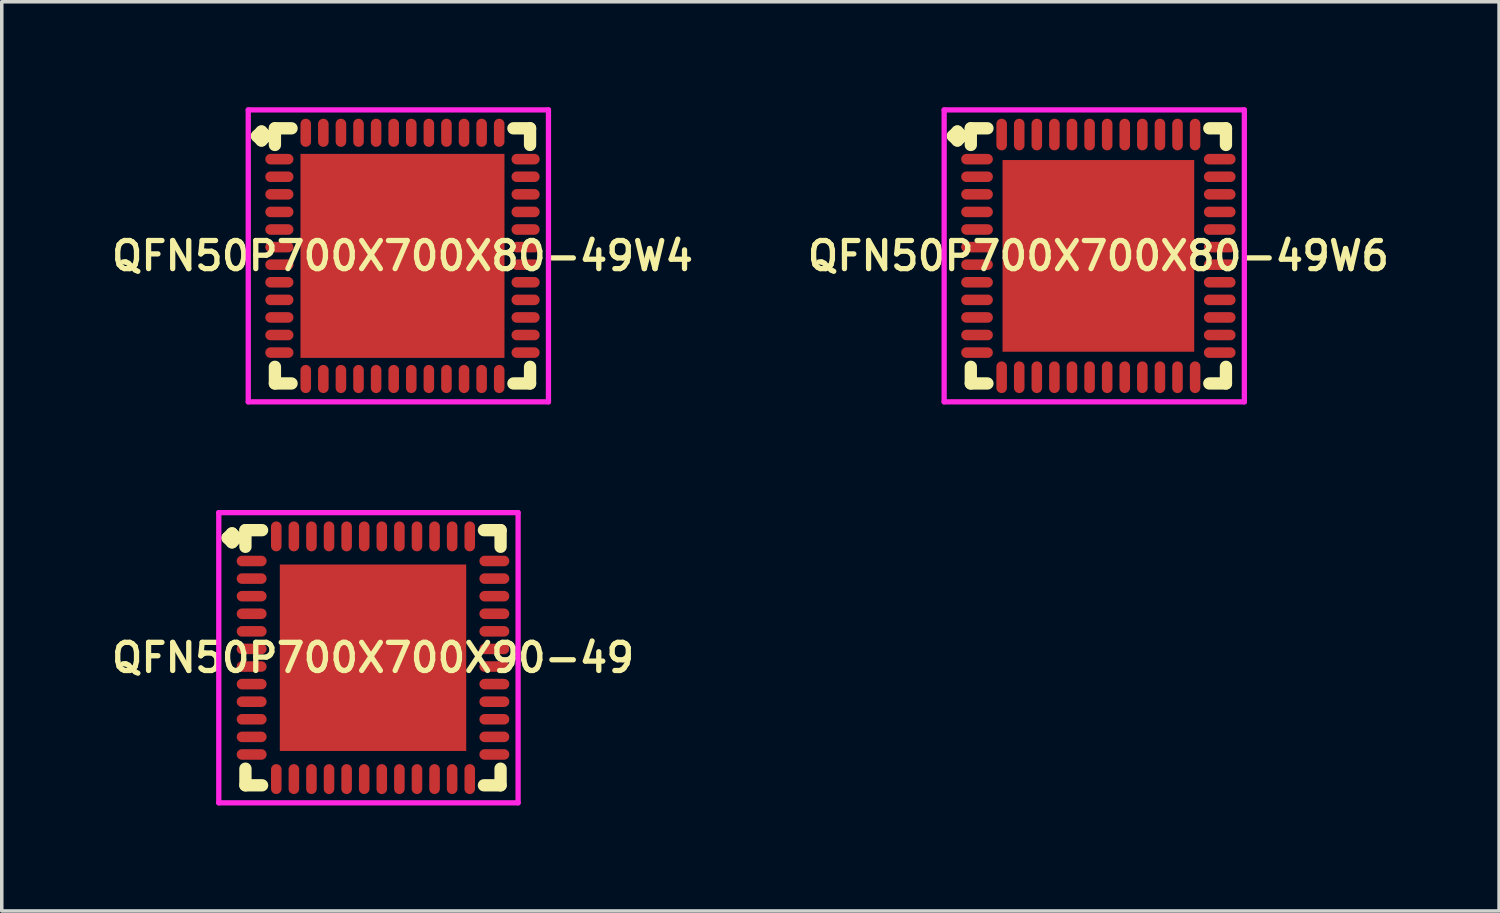
<source format=kicad_pcb>
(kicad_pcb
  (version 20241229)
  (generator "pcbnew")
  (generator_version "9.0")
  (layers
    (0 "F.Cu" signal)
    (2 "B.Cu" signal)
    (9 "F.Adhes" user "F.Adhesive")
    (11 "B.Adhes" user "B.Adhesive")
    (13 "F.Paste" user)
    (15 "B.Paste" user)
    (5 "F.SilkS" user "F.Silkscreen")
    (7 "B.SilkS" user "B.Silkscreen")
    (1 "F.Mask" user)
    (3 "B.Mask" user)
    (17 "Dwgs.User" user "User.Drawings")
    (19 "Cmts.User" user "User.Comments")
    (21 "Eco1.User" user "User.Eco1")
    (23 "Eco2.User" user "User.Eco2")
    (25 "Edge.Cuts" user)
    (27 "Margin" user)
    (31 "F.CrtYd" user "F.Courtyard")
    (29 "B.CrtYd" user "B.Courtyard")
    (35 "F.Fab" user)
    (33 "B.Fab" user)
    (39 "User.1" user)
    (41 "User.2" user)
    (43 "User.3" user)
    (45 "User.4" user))
  (footprint "QFN50P700X700X80-49W4"
    (layer "F.Cu")
    (at 8.393 4.225)
    (property "Reference" "QFN50P700X700X80-49W4" (at 0 0 0) (layer "F.SilkS") (effects (font (size 0.8 0.8) (thickness 0.15))))
    (attr smd)
    (fp_line (start -4.135 -3.408) (end -4.008 -3.535) (stroke (width 0.35) (type solid)) (layer "F.SilkS"))
    (fp_line (start -4.008 -3.535) (end -3.881 -3.408) (stroke (width 0.35) (type solid)) (layer "F.SilkS"))
    (fp_line (start -4.008 -3.281) (end -4.135 -3.408) (stroke (width 0.35) (type solid)) (layer "F.SilkS"))
    (fp_line (start -3.881 -3.408) (end -4.008 -3.281) (stroke (width 0.35) (type solid)) (layer "F.SilkS"))
    (fp_line (start -3.627 -3.627) (end -3.154 -3.627) (stroke (width 0.35) (type solid)) (layer "F.SilkS"))
    (fp_line (start -3.627 -3.154) (end -3.627 -3.627) (stroke (width 0.35) (type solid)) (layer "F.SilkS"))
    (fp_line (start -3.627 3.154) (end -3.627 3.627) (stroke (width 0.35) (type solid)) (layer "F.SilkS"))
    (fp_line (start -3.627 3.627) (end -3.154 3.627) (stroke (width 0.35) (type solid)) (layer "F.SilkS"))
    (fp_line (start 3.154 -3.627) (end 3.627 -3.627) (stroke (width 0.35) (type solid)) (layer "F.SilkS"))
    (fp_line (start 3.154 3.627) (end 3.627 3.627) (stroke (width 0.35) (type solid)) (layer "F.SilkS"))
    (fp_line (start 3.627 -3.627) (end 3.627 -3.154) (stroke (width 0.35) (type solid)) (layer "F.SilkS"))
    (fp_line (start 3.627 3.627) (end 3.627 3.154) (stroke (width 0.35) (type solid)) (layer "F.SilkS"))
    (fp_line (start -4.385 -4.15) (end 4.15 -4.15) (stroke (width 0.15) (type solid)) (layer "F.CrtYd"))
    (fp_line (start -4.385 4.15) (end -4.385 -4.15) (stroke (width 0.15) (type solid)) (layer "F.CrtYd"))
    (fp_line (start 4.15 -4.15) (end 4.15 4.15) (stroke (width 0.15) (type solid)) (layer "F.CrtYd"))
    (fp_line (start 4.15 4.15) (end -4.385 4.15) (stroke (width 0.15) (type solid)) (layer "F.CrtYd"))
    (pad "1" smd oval (at -3.5 -2.75) (size 0.8 0.3) (layers "F.Cu" "F.Mask" "F.Paste"))
    (pad "2" smd oval (at -3.5 -2.25) (size 0.8 0.3) (layers "F.Cu" "F.Mask" "F.Paste"))
    (pad "3" smd oval (at -3.5 -1.75) (size 0.8 0.3) (layers "F.Cu" "F.Mask" "F.Paste"))
    (pad "4" smd oval (at -3.5 -1.25) (size 0.8 0.3) (layers "F.Cu" "F.Mask" "F.Paste"))
    (pad "5" smd oval (at -3.5 -0.75) (size 0.8 0.3) (layers "F.Cu" "F.Mask" "F.Paste"))
    (pad "6" smd oval (at -3.5 -0.25) (size 0.8 0.3) (layers "F.Cu" "F.Mask" "F.Paste"))
    (pad "7" smd oval (at -3.5 0.25) (size 0.8 0.3) (layers "F.Cu" "F.Mask" "F.Paste"))
    (pad "8" smd oval (at -3.5 0.75) (size 0.8 0.3) (layers "F.Cu" "F.Mask" "F.Paste"))
    (pad "9" smd oval (at -3.5 1.25) (size 0.8 0.3) (layers "F.Cu" "F.Mask" "F.Paste"))
    (pad "10" smd oval (at -3.5 1.75) (size 0.8 0.3) (layers "F.Cu" "F.Mask" "F.Paste"))
    (pad "11" smd oval (at -3.5 2.25) (size 0.8 0.3) (layers "F.Cu" "F.Mask" "F.Paste"))
    (pad "12" smd oval (at -3.5 2.75) (size 0.8 0.3) (layers "F.Cu" "F.Mask" "F.Paste"))
    (pad "13" smd oval (at -2.75 3.5) (size 0.3 0.8) (layers "F.Cu" "F.Mask" "F.Paste"))
    (pad "14" smd oval (at -2.25 3.5) (size 0.3 0.8) (layers "F.Cu" "F.Mask" "F.Paste"))
    (pad "15" smd oval (at -1.75 3.5) (size 0.3 0.8) (layers "F.Cu" "F.Mask" "F.Paste"))
    (pad "16" smd oval (at -1.25 3.5) (size 0.3 0.8) (layers "F.Cu" "F.Mask" "F.Paste"))
    (pad "17" smd oval (at -0.75 3.5) (size 0.3 0.8) (layers "F.Cu" "F.Mask" "F.Paste"))
    (pad "18" smd oval (at -0.25 3.5) (size 0.3 0.8) (layers "F.Cu" "F.Mask" "F.Paste"))
    (pad "19" smd oval (at 0.25 3.5) (size 0.3 0.8) (layers "F.Cu" "F.Mask" "F.Paste"))
    (pad "20" smd oval (at 0.75 3.5) (size 0.3 0.8) (layers "F.Cu" "F.Mask" "F.Paste"))
    (pad "21" smd oval (at 1.25 3.5) (size 0.3 0.8) (layers "F.Cu" "F.Mask" "F.Paste"))
    (pad "22" smd oval (at 1.75 3.5) (size 0.3 0.8) (layers "F.Cu" "F.Mask" "F.Paste"))
    (pad "23" smd oval (at 2.25 3.5) (size 0.3 0.8) (layers "F.Cu" "F.Mask" "F.Paste"))
    (pad "24" smd oval (at 2.75 3.5) (size 0.3 0.8) (layers "F.Cu" "F.Mask" "F.Paste"))
    (pad "25" smd oval (at 3.5 2.75) (size 0.8 0.3) (layers "F.Cu" "F.Mask" "F.Paste"))
    (pad "26" smd oval (at 3.5 2.25) (size 0.8 0.3) (layers "F.Cu" "F.Mask" "F.Paste"))
    (pad "27" smd oval (at 3.5 1.75) (size 0.8 0.3) (layers "F.Cu" "F.Mask" "F.Paste"))
    (pad "28" smd oval (at 3.5 1.25) (size 0.8 0.3) (layers "F.Cu" "F.Mask" "F.Paste"))
    (pad "29" smd oval (at 3.5 0.75) (size 0.8 0.3) (layers "F.Cu" "F.Mask" "F.Paste"))
    (pad "30" smd oval (at 3.5 0.25) (size 0.8 0.3) (layers "F.Cu" "F.Mask" "F.Paste"))
    (pad "31" smd oval (at 3.5 -0.25) (size 0.8 0.3) (layers "F.Cu" "F.Mask" "F.Paste"))
    (pad "32" smd oval (at 3.5 -0.75) (size 0.8 0.3) (layers "F.Cu" "F.Mask" "F.Paste"))
    (pad "33" smd oval (at 3.5 -1.25) (size 0.8 0.3) (layers "F.Cu" "F.Mask" "F.Paste"))
    (pad "34" smd oval (at 3.5 -1.75) (size 0.8 0.3) (layers "F.Cu" "F.Mask" "F.Paste"))
    (pad "35" smd oval (at 3.5 -2.25) (size 0.8 0.3) (layers "F.Cu" "F.Mask" "F.Paste"))
    (pad "36" smd oval (at 3.5 -2.75) (size 0.8 0.3) (layers "F.Cu" "F.Mask" "F.Paste"))
    (pad "37" smd oval (at 2.75 -3.5) (size 0.3 0.8) (layers "F.Cu" "F.Mask" "F.Paste"))
    (pad "38" smd oval (at 2.25 -3.5) (size 0.3 0.8) (layers "F.Cu" "F.Mask" "F.Paste"))
    (pad "39" smd oval (at 1.75 -3.5) (size 0.3 0.8) (layers "F.Cu" "F.Mask" "F.Paste"))
    (pad "40" smd oval (at 1.25 -3.5) (size 0.3 0.8) (layers "F.Cu" "F.Mask" "F.Paste"))
    (pad "41" smd oval (at 0.75 -3.5) (size 0.3 0.8) (layers "F.Cu" "F.Mask" "F.Paste"))
    (pad "42" smd oval (at 0.25 -3.5) (size 0.3 0.8) (layers "F.Cu" "F.Mask" "F.Paste"))
    (pad "43" smd oval (at -0.25 -3.5) (size 0.3 0.8) (layers "F.Cu" "F.Mask" "F.Paste"))
    (pad "44" smd oval (at -0.75 -3.5) (size 0.3 0.8) (layers "F.Cu" "F.Mask" "F.Paste"))
    (pad "45" smd oval (at -1.25 -3.5) (size 0.3 0.8) (layers "F.Cu" "F.Mask" "F.Paste"))
    (pad "46" smd oval (at -1.75 -3.5) (size 0.3 0.8) (layers "F.Cu" "F.Mask" "F.Paste"))
    (pad "47" smd oval (at -2.25 -3.5) (size 0.3 0.8) (layers "F.Cu" "F.Mask" "F.Paste"))
    (pad "48" smd oval (at -2.75 -3.5) (size 0.3 0.8) (layers "F.Cu" "F.Mask" "F.Paste"))
    (pad "49" smd rect (at 0 0) (size 5.8 5.8) (layers "F.Cu" "F.Mask" "F.Paste")))
  (footprint "QFN50P700X700X80-49W6"
    (layer "F.Cu")
    (at 28.178 4.225)
    (property "Reference" "QFN50P700X700X80-49W6" (at 0 0 0) (layer "F.SilkS") (effects (font (size 0.8 0.8) (thickness 0.15))))
    (attr smd)
    (fp_line (start -4.135 -3.408) (end -4.008 -3.535) (stroke (width 0.35) (type solid)) (layer "F.SilkS"))
    (fp_line (start -4.008 -3.535) (end -3.881 -3.408) (stroke (width 0.35) (type solid)) (layer "F.SilkS"))
    (fp_line (start -4.008 -3.281) (end -4.135 -3.408) (stroke (width 0.35) (type solid)) (layer "F.SilkS"))
    (fp_line (start -3.881 -3.408) (end -4.008 -3.281) (stroke (width 0.35) (type solid)) (layer "F.SilkS"))
    (fp_line (start -3.627 -3.627) (end -3.154 -3.627) (stroke (width 0.35) (type solid)) (layer "F.SilkS"))
    (fp_line (start -3.627 -3.154) (end -3.627 -3.627) (stroke (width 0.35) (type solid)) (layer "F.SilkS"))
    (fp_line (start -3.627 3.154) (end -3.627 3.627) (stroke (width 0.35) (type solid)) (layer "F.SilkS"))
    (fp_line (start -3.627 3.627) (end -3.154 3.627) (stroke (width 0.35) (type solid)) (layer "F.SilkS"))
    (fp_line (start 3.154 -3.627) (end 3.627 -3.627) (stroke (width 0.35) (type solid)) (layer "F.SilkS"))
    (fp_line (start 3.154 3.627) (end 3.627 3.627) (stroke (width 0.35) (type solid)) (layer "F.SilkS"))
    (fp_line (start 3.627 -3.627) (end 3.627 -3.154) (stroke (width 0.35) (type solid)) (layer "F.SilkS"))
    (fp_line (start 3.627 3.627) (end 3.627 3.154) (stroke (width 0.35) (type solid)) (layer "F.SilkS"))
    (fp_line (start -4.385 -4.15) (end 4.15 -4.15) (stroke (width 0.15) (type solid)) (layer "F.CrtYd"))
    (fp_line (start -4.385 4.15) (end -4.385 -4.15) (stroke (width 0.15) (type solid)) (layer "F.CrtYd"))
    (fp_line (start 4.15 -4.15) (end 4.15 4.15) (stroke (width 0.15) (type solid)) (layer "F.CrtYd"))
    (fp_line (start 4.15 4.15) (end -4.385 4.15) (stroke (width 0.15) (type solid)) (layer "F.CrtYd"))
    (pad "1" smd oval (at -3.45 -2.75) (size 0.9 0.3) (layers "F.Cu" "F.Mask" "F.Paste"))
    (pad "2" smd oval (at -3.45 -2.25) (size 0.9 0.3) (layers "F.Cu" "F.Mask" "F.Paste"))
    (pad "3" smd oval (at -3.45 -1.75) (size 0.9 0.3) (layers "F.Cu" "F.Mask" "F.Paste"))
    (pad "4" smd oval (at -3.45 -1.25) (size 0.9 0.3) (layers "F.Cu" "F.Mask" "F.Paste"))
    (pad "5" smd oval (at -3.45 -0.75) (size 0.9 0.3) (layers "F.Cu" "F.Mask" "F.Paste"))
    (pad "6" smd oval (at -3.45 -0.25) (size 0.9 0.3) (layers "F.Cu" "F.Mask" "F.Paste"))
    (pad "7" smd oval (at -3.45 0.25) (size 0.9 0.3) (layers "F.Cu" "F.Mask" "F.Paste"))
    (pad "8" smd oval (at -3.45 0.75) (size 0.9 0.3) (layers "F.Cu" "F.Mask" "F.Paste"))
    (pad "9" smd oval (at -3.45 1.25) (size 0.9 0.3) (layers "F.Cu" "F.Mask" "F.Paste"))
    (pad "10" smd oval (at -3.45 1.75) (size 0.9 0.3) (layers "F.Cu" "F.Mask" "F.Paste"))
    (pad "11" smd oval (at -3.45 2.25) (size 0.9 0.3) (layers "F.Cu" "F.Mask" "F.Paste"))
    (pad "12" smd oval (at -3.45 2.75) (size 0.9 0.3) (layers "F.Cu" "F.Mask" "F.Paste"))
    (pad "13" smd oval (at -2.75 3.45) (size 0.3 0.9) (layers "F.Cu" "F.Mask" "F.Paste"))
    (pad "14" smd oval (at -2.25 3.45) (size 0.3 0.9) (layers "F.Cu" "F.Mask" "F.Paste"))
    (pad "15" smd oval (at -1.75 3.45) (size 0.3 0.9) (layers "F.Cu" "F.Mask" "F.Paste"))
    (pad "16" smd oval (at -1.25 3.45) (size 0.3 0.9) (layers "F.Cu" "F.Mask" "F.Paste"))
    (pad "17" smd oval (at -0.75 3.45) (size 0.3 0.9) (layers "F.Cu" "F.Mask" "F.Paste"))
    (pad "18" smd oval (at -0.25 3.45) (size 0.3 0.9) (layers "F.Cu" "F.Mask" "F.Paste"))
    (pad "19" smd oval (at 0.25 3.45) (size 0.3 0.9) (layers "F.Cu" "F.Mask" "F.Paste"))
    (pad "20" smd oval (at 0.75 3.45) (size 0.3 0.9) (layers "F.Cu" "F.Mask" "F.Paste"))
    (pad "21" smd oval (at 1.25 3.45) (size 0.3 0.9) (layers "F.Cu" "F.Mask" "F.Paste"))
    (pad "22" smd oval (at 1.75 3.45) (size 0.3 0.9) (layers "F.Cu" "F.Mask" "F.Paste"))
    (pad "23" smd oval (at 2.25 3.45) (size 0.3 0.9) (layers "F.Cu" "F.Mask" "F.Paste"))
    (pad "24" smd oval (at 2.75 3.45) (size 0.3 0.9) (layers "F.Cu" "F.Mask" "F.Paste"))
    (pad "25" smd oval (at 3.45 2.75) (size 0.9 0.3) (layers "F.Cu" "F.Mask" "F.Paste"))
    (pad "26" smd oval (at 3.45 2.25) (size 0.9 0.3) (layers "F.Cu" "F.Mask" "F.Paste"))
    (pad "27" smd oval (at 3.45 1.75) (size 0.9 0.3) (layers "F.Cu" "F.Mask" "F.Paste"))
    (pad "28" smd oval (at 3.45 1.25) (size 0.9 0.3) (layers "F.Cu" "F.Mask" "F.Paste"))
    (pad "29" smd oval (at 3.45 0.75) (size 0.9 0.3) (layers "F.Cu" "F.Mask" "F.Paste"))
    (pad "30" smd oval (at 3.45 0.25) (size 0.9 0.3) (layers "F.Cu" "F.Mask" "F.Paste"))
    (pad "31" smd oval (at 3.45 -0.25) (size 0.9 0.3) (layers "F.Cu" "F.Mask" "F.Paste"))
    (pad "32" smd oval (at 3.45 -0.75) (size 0.9 0.3) (layers "F.Cu" "F.Mask" "F.Paste"))
    (pad "33" smd oval (at 3.45 -1.25) (size 0.9 0.3) (layers "F.Cu" "F.Mask" "F.Paste"))
    (pad "34" smd oval (at 3.45 -1.75) (size 0.9 0.3) (layers "F.Cu" "F.Mask" "F.Paste"))
    (pad "35" smd oval (at 3.45 -2.25) (size 0.9 0.3) (layers "F.Cu" "F.Mask" "F.Paste"))
    (pad "36" smd oval (at 3.45 -2.75) (size 0.9 0.3) (layers "F.Cu" "F.Mask" "F.Paste"))
    (pad "37" smd oval (at 2.75 -3.45) (size 0.3 0.9) (layers "F.Cu" "F.Mask" "F.Paste"))
    (pad "38" smd oval (at 2.25 -3.45) (size 0.3 0.9) (layers "F.Cu" "F.Mask" "F.Paste"))
    (pad "39" smd oval (at 1.75 -3.45) (size 0.3 0.9) (layers "F.Cu" "F.Mask" "F.Paste"))
    (pad "40" smd oval (at 1.25 -3.45) (size 0.3 0.9) (layers "F.Cu" "F.Mask" "F.Paste"))
    (pad "41" smd oval (at 0.75 -3.45) (size 0.3 0.9) (layers "F.Cu" "F.Mask" "F.Paste"))
    (pad "42" smd oval (at 0.25 -3.45) (size 0.3 0.9) (layers "F.Cu" "F.Mask" "F.Paste"))
    (pad "43" smd oval (at -0.25 -3.45) (size 0.3 0.9) (layers "F.Cu" "F.Mask" "F.Paste"))
    (pad "44" smd oval (at -0.75 -3.45) (size 0.3 0.9) (layers "F.Cu" "F.Mask" "F.Paste"))
    (pad "45" smd oval (at -1.25 -3.45) (size 0.3 0.9) (layers "F.Cu" "F.Mask" "F.Paste"))
    (pad "46" smd oval (at -1.75 -3.45) (size 0.3 0.9) (layers "F.Cu" "F.Mask" "F.Paste"))
    (pad "47" smd oval (at -2.25 -3.45) (size 0.3 0.9) (layers "F.Cu" "F.Mask" "F.Paste"))
    (pad "48" smd oval (at -2.75 -3.45) (size 0.3 0.9) (layers "F.Cu" "F.Mask" "F.Paste"))
    (pad "49" smd rect (at 0 0) (size 5.45 5.45) (layers "F.Cu" "F.Mask" "F.Paste")))
  (footprint "QFN50P700X700X90-49"
    (layer "F.Cu")
    (at 7.555 15.65)
    (property "Reference" "QFN50P700X700X90-49" (at 0 0 0) (layer "F.SilkS") (effects (font (size 0.8 0.8) (thickness 0.15))))
    (attr smd)
    (fp_line (start -4.135 -3.408) (end -4.008 -3.535) (stroke (width 0.35) (type solid)) (layer "F.SilkS"))
    (fp_line (start -4.008 -3.535) (end -3.881 -3.408) (stroke (width 0.35) (type solid)) (layer "F.SilkS"))
    (fp_line (start -4.008 -3.281) (end -4.135 -3.408) (stroke (width 0.35) (type solid)) (layer "F.SilkS"))
    (fp_line (start -3.881 -3.408) (end -4.008 -3.281) (stroke (width 0.35) (type solid)) (layer "F.SilkS"))
    (fp_line (start -3.627 -3.627) (end -3.154 -3.627) (stroke (width 0.35) (type solid)) (layer "F.SilkS"))
    (fp_line (start -3.627 -3.154) (end -3.627 -3.627) (stroke (width 0.35) (type solid)) (layer "F.SilkS"))
    (fp_line (start -3.627 3.154) (end -3.627 3.627) (stroke (width 0.35) (type solid)) (layer "F.SilkS"))
    (fp_line (start -3.627 3.627) (end -3.154 3.627) (stroke (width 0.35) (type solid)) (layer "F.SilkS"))
    (fp_line (start 3.154 -3.627) (end 3.627 -3.627) (stroke (width 0.35) (type solid)) (layer "F.SilkS"))
    (fp_line (start 3.154 3.627) (end 3.627 3.627) (stroke (width 0.35) (type solid)) (layer "F.SilkS"))
    (fp_line (start 3.627 -3.627) (end 3.627 -3.154) (stroke (width 0.35) (type solid)) (layer "F.SilkS"))
    (fp_line (start 3.627 3.627) (end 3.627 3.154) (stroke (width 0.35) (type solid)) (layer "F.SilkS"))
    (fp_line (start -4.385 -4.125) (end 4.125 -4.125) (stroke (width 0.15) (type solid)) (layer "F.CrtYd"))
    (fp_line (start -4.385 4.125) (end -4.385 -4.125) (stroke (width 0.15) (type solid)) (layer "F.CrtYd"))
    (fp_line (start 4.125 -4.125) (end 4.125 4.125) (stroke (width 0.15) (type solid)) (layer "F.CrtYd"))
    (fp_line (start 4.125 4.125) (end -4.385 4.125) (stroke (width 0.15) (type solid)) (layer "F.CrtYd"))
    (pad "1" smd oval (at -3.45 -2.75) (size 0.85 0.3) (layers "F.Cu" "F.Mask" "F.Paste"))
    (pad "2" smd oval (at -3.45 -2.25) (size 0.85 0.3) (layers "F.Cu" "F.Mask" "F.Paste"))
    (pad "3" smd oval (at -3.45 -1.75) (size 0.85 0.3) (layers "F.Cu" "F.Mask" "F.Paste"))
    (pad "4" smd oval (at -3.45 -1.25) (size 0.85 0.3) (layers "F.Cu" "F.Mask" "F.Paste"))
    (pad "5" smd oval (at -3.45 -0.75) (size 0.85 0.3) (layers "F.Cu" "F.Mask" "F.Paste"))
    (pad "6" smd oval (at -3.45 -0.25) (size 0.85 0.3) (layers "F.Cu" "F.Mask" "F.Paste"))
    (pad "7" smd oval (at -3.45 0.25) (size 0.85 0.3) (layers "F.Cu" "F.Mask" "F.Paste"))
    (pad "8" smd oval (at -3.45 0.75) (size 0.85 0.3) (layers "F.Cu" "F.Mask" "F.Paste"))
    (pad "9" smd oval (at -3.45 1.25) (size 0.85 0.3) (layers "F.Cu" "F.Mask" "F.Paste"))
    (pad "10" smd oval (at -3.45 1.75) (size 0.85 0.3) (layers "F.Cu" "F.Mask" "F.Paste"))
    (pad "11" smd oval (at -3.45 2.25) (size 0.85 0.3) (layers "F.Cu" "F.Mask" "F.Paste"))
    (pad "12" smd oval (at -3.45 2.75) (size 0.85 0.3) (layers "F.Cu" "F.Mask" "F.Paste"))
    (pad "13" smd oval (at -2.75 3.45) (size 0.3 0.85) (layers "F.Cu" "F.Mask" "F.Paste"))
    (pad "14" smd oval (at -2.25 3.45) (size 0.3 0.85) (layers "F.Cu" "F.Mask" "F.Paste"))
    (pad "15" smd oval (at -1.75 3.45) (size 0.3 0.85) (layers "F.Cu" "F.Mask" "F.Paste"))
    (pad "16" smd oval (at -1.25 3.45) (size 0.3 0.85) (layers "F.Cu" "F.Mask" "F.Paste"))
    (pad "17" smd oval (at -0.75 3.45) (size 0.3 0.85) (layers "F.Cu" "F.Mask" "F.Paste"))
    (pad "18" smd oval (at -0.25 3.45) (size 0.3 0.85) (layers "F.Cu" "F.Mask" "F.Paste"))
    (pad "19" smd oval (at 0.25 3.45) (size 0.3 0.85) (layers "F.Cu" "F.Mask" "F.Paste"))
    (pad "20" smd oval (at 0.75 3.45) (size 0.3 0.85) (layers "F.Cu" "F.Mask" "F.Paste"))
    (pad "21" smd oval (at 1.25 3.45) (size 0.3 0.85) (layers "F.Cu" "F.Mask" "F.Paste"))
    (pad "22" smd oval (at 1.75 3.45) (size 0.3 0.85) (layers "F.Cu" "F.Mask" "F.Paste"))
    (pad "23" smd oval (at 2.25 3.45) (size 0.3 0.85) (layers "F.Cu" "F.Mask" "F.Paste"))
    (pad "24" smd oval (at 2.75 3.45) (size 0.3 0.85) (layers "F.Cu" "F.Mask" "F.Paste"))
    (pad "25" smd oval (at 3.45 2.75) (size 0.85 0.3) (layers "F.Cu" "F.Mask" "F.Paste"))
    (pad "26" smd oval (at 3.45 2.25) (size 0.85 0.3) (layers "F.Cu" "F.Mask" "F.Paste"))
    (pad "27" smd oval (at 3.45 1.75) (size 0.85 0.3) (layers "F.Cu" "F.Mask" "F.Paste"))
    (pad "28" smd oval (at 3.45 1.25) (size 0.85 0.3) (layers "F.Cu" "F.Mask" "F.Paste"))
    (pad "29" smd oval (at 3.45 0.75) (size 0.85 0.3) (layers "F.Cu" "F.Mask" "F.Paste"))
    (pad "30" smd oval (at 3.45 0.25) (size 0.85 0.3) (layers "F.Cu" "F.Mask" "F.Paste"))
    (pad "31" smd oval (at 3.45 -0.25) (size 0.85 0.3) (layers "F.Cu" "F.Mask" "F.Paste"))
    (pad "32" smd oval (at 3.45 -0.75) (size 0.85 0.3) (layers "F.Cu" "F.Mask" "F.Paste"))
    (pad "33" smd oval (at 3.45 -1.25) (size 0.85 0.3) (layers "F.Cu" "F.Mask" "F.Paste"))
    (pad "34" smd oval (at 3.45 -1.75) (size 0.85 0.3) (layers "F.Cu" "F.Mask" "F.Paste"))
    (pad "35" smd oval (at 3.45 -2.25) (size 0.85 0.3) (layers "F.Cu" "F.Mask" "F.Paste"))
    (pad "36" smd oval (at 3.45 -2.75) (size 0.85 0.3) (layers "F.Cu" "F.Mask" "F.Paste"))
    (pad "37" smd oval (at 2.75 -3.45) (size 0.3 0.85) (layers "F.Cu" "F.Mask" "F.Paste"))
    (pad "38" smd oval (at 2.25 -3.45) (size 0.3 0.85) (layers "F.Cu" "F.Mask" "F.Paste"))
    (pad "39" smd oval (at 1.75 -3.45) (size 0.3 0.85) (layers "F.Cu" "F.Mask" "F.Paste"))
    (pad "40" smd oval (at 1.25 -3.45) (size 0.3 0.85) (layers "F.Cu" "F.Mask" "F.Paste"))
    (pad "41" smd oval (at 0.75 -3.45) (size 0.3 0.85) (layers "F.Cu" "F.Mask" "F.Paste"))
    (pad "42" smd oval (at 0.25 -3.45) (size 0.3 0.85) (layers "F.Cu" "F.Mask" "F.Paste"))
    (pad "43" smd oval (at -0.25 -3.45) (size 0.3 0.85) (layers "F.Cu" "F.Mask" "F.Paste"))
    (pad "44" smd oval (at -0.75 -3.45) (size 0.3 0.85) (layers "F.Cu" "F.Mask" "F.Paste"))
    (pad "45" smd oval (at -1.25 -3.45) (size 0.3 0.85) (layers "F.Cu" "F.Mask" "F.Paste"))
    (pad "46" smd oval (at -1.75 -3.45) (size 0.3 0.85) (layers "F.Cu" "F.Mask" "F.Paste"))
    (pad "47" smd oval (at -2.25 -3.45) (size 0.3 0.85) (layers "F.Cu" "F.Mask" "F.Paste"))
    (pad "48" smd oval (at -2.75 -3.45) (size 0.3 0.85) (layers "F.Cu" "F.Mask" "F.Paste"))
    (pad "49" smd rect (at 0 0) (size 5.3 5.3) (layers "F.Cu" "F.Mask" "F.Paste")))
  (gr_rect
    (start -3 -3)
    (end 39.57 22.85)
    (stroke (width 0.1) (type default))
    (fill no)
    (layer "Edge.Cuts")))
</source>
